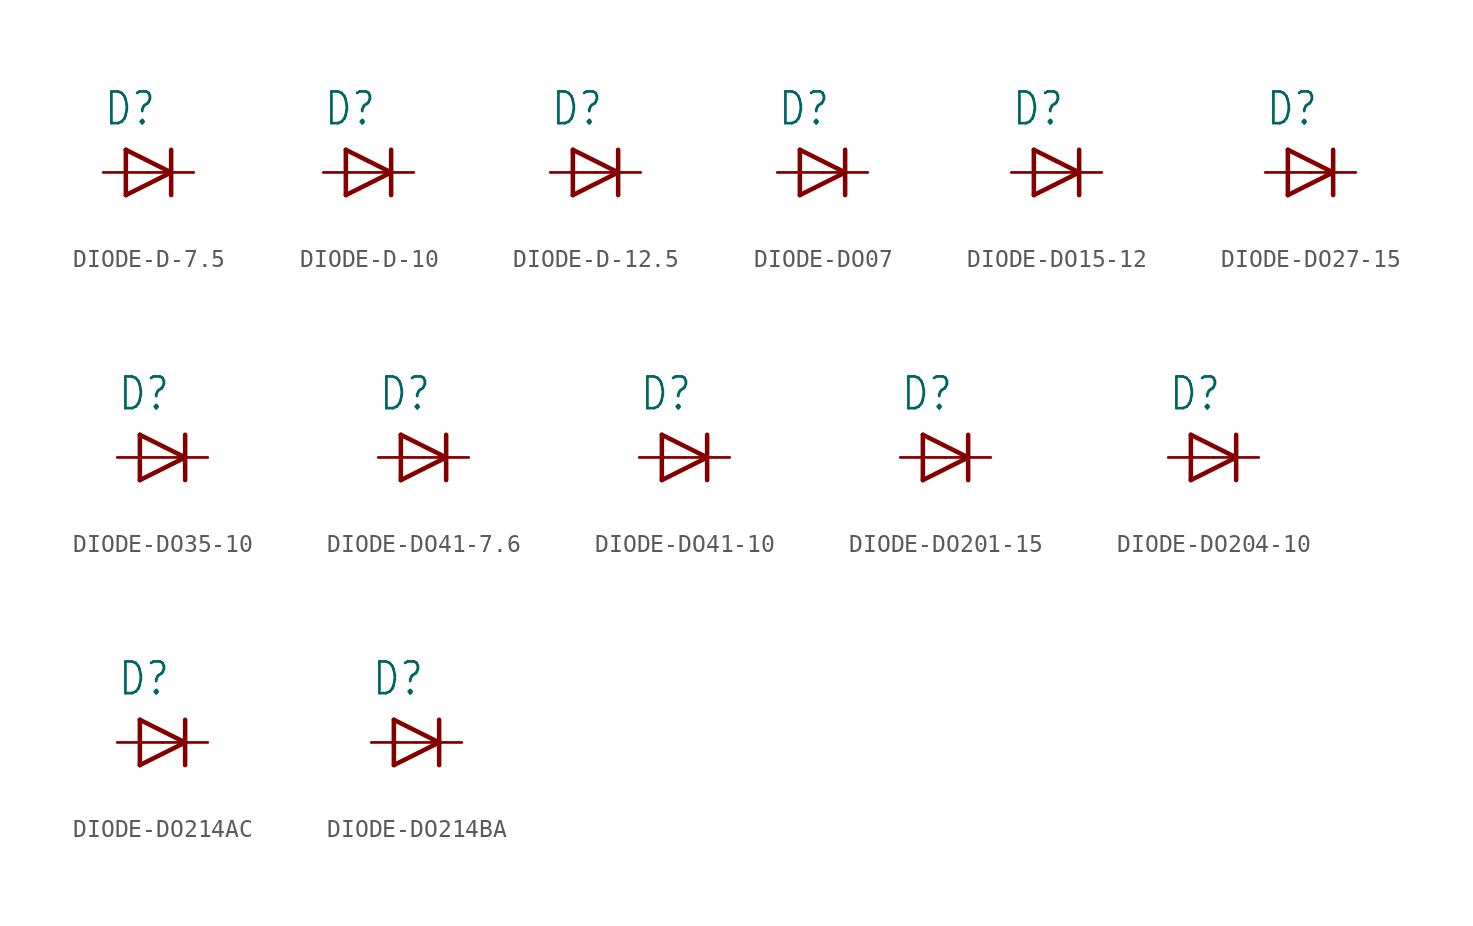
<source format=kicad_sym>
(kicad_symbol_lib
  (version 20220914)
  (generator kicad_symbol_editor)
  (symbol "DIODE-D-7.5"
    (property "Reference" "D"
      (at -2.54 2.54 0)
      (effects (font (size 1.778 1.511)) (justify left bottom)))
    (property "Value" ""
      (at -2.54 -2.54 0)
      (effects (font (size 1.778 1.511)) (justify left top)))
    (property "ki_locked" ""
      (at 0 0 0)
      (effects (font (size 1.27 1.27))))
    (symbol "DIODE-D-7.5_1_0"
      (polyline (pts (xy -1.27 -1.27) (xy 1.27 0)) (stroke (width 0.254) (type solid)) (fill (type none)))
      (polyline (pts (xy -1.27 1.27) (xy -1.27 -1.27)) (stroke (width 0.254) (type solid)) (fill (type none)))
      (polyline (pts (xy 1.27 0) (xy -1.27 1.27)) (stroke (width 0.254) (type solid)) (fill (type none)))
      (polyline (pts (xy 1.27 0) (xy 1.27 -1.27)) (stroke (width 0.254) (type solid)) (fill (type none)))
      (polyline (pts (xy 1.27 1.27) (xy 1.27 0)) (stroke (width 0.254) (type solid)) (fill (type none)))
      (pin passive line (at -2.54 0 0) (length 2.54) (name "A" (effects (font (size 0 0)))) (number "A" (effects (font (size 0 0)))))
      (pin passive line (at 2.54 0 180) (length 2.54) (name "C" (effects (font (size 0 0)))) (number "C" (effects (font (size 0 0)))))))
  (symbol "DIODE-D-10"
    (property "Reference" "D"
      (at -2.54 2.54 0)
      (effects (font (size 1.778 1.511)) (justify left bottom)))
    (property "Value" ""
      (at -2.54 -2.54 0)
      (effects (font (size 1.778 1.511)) (justify left top)))
    (property "ki_locked" ""
      (at 0 0 0)
      (effects (font (size 1.27 1.27))))
    (symbol "DIODE-D-10_1_0"
      (polyline (pts (xy -1.27 -1.27) (xy 1.27 0)) (stroke (width 0.254) (type solid)) (fill (type none)))
      (polyline (pts (xy -1.27 1.27) (xy -1.27 -1.27)) (stroke (width 0.254) (type solid)) (fill (type none)))
      (polyline (pts (xy 1.27 0) (xy -1.27 1.27)) (stroke (width 0.254) (type solid)) (fill (type none)))
      (polyline (pts (xy 1.27 0) (xy 1.27 -1.27)) (stroke (width 0.254) (type solid)) (fill (type none)))
      (polyline (pts (xy 1.27 1.27) (xy 1.27 0)) (stroke (width 0.254) (type solid)) (fill (type none)))
      (pin passive line (at -2.54 0 0) (length 2.54) (name "A" (effects (font (size 0 0)))) (number "A" (effects (font (size 0 0)))))
      (pin passive line (at 2.54 0 180) (length 2.54) (name "C" (effects (font (size 0 0)))) (number "C" (effects (font (size 0 0)))))))
  (symbol "DIODE-D-12.5"
    (property "Reference" "D"
      (at -2.54 2.54 0)
      (effects (font (size 1.778 1.511)) (justify left bottom)))
    (property "Value" ""
      (at -2.54 -2.54 0)
      (effects (font (size 1.778 1.511)) (justify left top)))
    (property "ki_locked" ""
      (at 0 0 0)
      (effects (font (size 1.27 1.27))))
    (symbol "DIODE-D-12.5_1_0"
      (polyline (pts (xy -1.27 -1.27) (xy 1.27 0)) (stroke (width 0.254) (type solid)) (fill (type none)))
      (polyline (pts (xy -1.27 1.27) (xy -1.27 -1.27)) (stroke (width 0.254) (type solid)) (fill (type none)))
      (polyline (pts (xy 1.27 0) (xy -1.27 1.27)) (stroke (width 0.254) (type solid)) (fill (type none)))
      (polyline (pts (xy 1.27 0) (xy 1.27 -1.27)) (stroke (width 0.254) (type solid)) (fill (type none)))
      (polyline (pts (xy 1.27 1.27) (xy 1.27 0)) (stroke (width 0.254) (type solid)) (fill (type none)))
      (pin passive line (at -2.54 0 0) (length 2.54) (name "A" (effects (font (size 0 0)))) (number "A" (effects (font (size 0 0)))))
      (pin passive line (at 2.54 0 180) (length 2.54) (name "C" (effects (font (size 0 0)))) (number "C" (effects (font (size 0 0)))))))
  (symbol "DIODE-DO07"
    (property "Reference" "D"
      (at -2.54 2.54 0)
      (effects (font (size 1.778 1.511)) (justify left bottom)))
    (property "Value" ""
      (at -2.54 -2.54 0)
      (effects (font (size 1.778 1.511)) (justify left top)))
    (property "ki_locked" ""
      (at 0 0 0)
      (effects (font (size 1.27 1.27))))
    (symbol "DIODE-DO07_1_0"
      (polyline (pts (xy -1.27 -1.27) (xy 1.27 0)) (stroke (width 0.254) (type solid)) (fill (type none)))
      (polyline (pts (xy -1.27 1.27) (xy -1.27 -1.27)) (stroke (width 0.254) (type solid)) (fill (type none)))
      (polyline (pts (xy 1.27 0) (xy -1.27 1.27)) (stroke (width 0.254) (type solid)) (fill (type none)))
      (polyline (pts (xy 1.27 0) (xy 1.27 -1.27)) (stroke (width 0.254) (type solid)) (fill (type none)))
      (polyline (pts (xy 1.27 1.27) (xy 1.27 0)) (stroke (width 0.254) (type solid)) (fill (type none)))
      (pin passive line (at -2.54 0 0) (length 2.54) (name "A" (effects (font (size 0 0)))) (number "A" (effects (font (size 0 0)))))
      (pin passive line (at 2.54 0 180) (length 2.54) (name "C" (effects (font (size 0 0)))) (number "C" (effects (font (size 0 0)))))))
  (symbol "DIODE-DO15-12"
    (property "Reference" "D"
      (at -2.54 2.54 0)
      (effects (font (size 1.778 1.511)) (justify left bottom)))
    (property "Value" ""
      (at -2.54 -2.54 0)
      (effects (font (size 1.778 1.511)) (justify left top)))
    (property "ki_locked" ""
      (at 0 0 0)
      (effects (font (size 1.27 1.27))))
    (symbol "DIODE-DO15-12_1_0"
      (polyline (pts (xy -1.27 -1.27) (xy 1.27 0)) (stroke (width 0.254) (type solid)) (fill (type none)))
      (polyline (pts (xy -1.27 1.27) (xy -1.27 -1.27)) (stroke (width 0.254) (type solid)) (fill (type none)))
      (polyline (pts (xy 1.27 0) (xy -1.27 1.27)) (stroke (width 0.254) (type solid)) (fill (type none)))
      (polyline (pts (xy 1.27 0) (xy 1.27 -1.27)) (stroke (width 0.254) (type solid)) (fill (type none)))
      (polyline (pts (xy 1.27 1.27) (xy 1.27 0)) (stroke (width 0.254) (type solid)) (fill (type none)))
      (pin passive line (at -2.54 0 0) (length 2.54) (name "A" (effects (font (size 0 0)))) (number "A" (effects (font (size 0 0)))))
      (pin passive line (at 2.54 0 180) (length 2.54) (name "C" (effects (font (size 0 0)))) (number "C" (effects (font (size 0 0)))))))
  (symbol "DIODE-DO27-15"
    (property "Reference" "D"
      (at -2.54 2.54 0)
      (effects (font (size 1.778 1.511)) (justify left bottom)))
    (property "Value" ""
      (at -2.54 -2.54 0)
      (effects (font (size 1.778 1.511)) (justify left top)))
    (property "ki_locked" ""
      (at 0 0 0)
      (effects (font (size 1.27 1.27))))
    (symbol "DIODE-DO27-15_1_0"
      (polyline (pts (xy -1.27 -1.27) (xy 1.27 0)) (stroke (width 0.254) (type solid)) (fill (type none)))
      (polyline (pts (xy -1.27 1.27) (xy -1.27 -1.27)) (stroke (width 0.254) (type solid)) (fill (type none)))
      (polyline (pts (xy 1.27 0) (xy -1.27 1.27)) (stroke (width 0.254) (type solid)) (fill (type none)))
      (polyline (pts (xy 1.27 0) (xy 1.27 -1.27)) (stroke (width 0.254) (type solid)) (fill (type none)))
      (polyline (pts (xy 1.27 1.27) (xy 1.27 0)) (stroke (width 0.254) (type solid)) (fill (type none)))
      (pin passive line (at -2.54 0 0) (length 2.54) (name "A" (effects (font (size 0 0)))) (number "A" (effects (font (size 0 0)))))
      (pin passive line (at 2.54 0 180) (length 2.54) (name "C" (effects (font (size 0 0)))) (number "C" (effects (font (size 0 0)))))))
  (symbol "DIODE-DO35-10"
    (property "Reference" "D"
      (at -2.54 2.54 0)
      (effects (font (size 1.778 1.511)) (justify left bottom)))
    (property "Value" ""
      (at -2.54 -2.54 0)
      (effects (font (size 1.778 1.511)) (justify left top)))
    (property "ki_locked" ""
      (at 0 0 0)
      (effects (font (size 1.27 1.27))))
    (symbol "DIODE-DO35-10_1_0"
      (polyline (pts (xy -1.27 -1.27) (xy 1.27 0)) (stroke (width 0.254) (type solid)) (fill (type none)))
      (polyline (pts (xy -1.27 1.27) (xy -1.27 -1.27)) (stroke (width 0.254) (type solid)) (fill (type none)))
      (polyline (pts (xy 1.27 0) (xy -1.27 1.27)) (stroke (width 0.254) (type solid)) (fill (type none)))
      (polyline (pts (xy 1.27 0) (xy 1.27 -1.27)) (stroke (width 0.254) (type solid)) (fill (type none)))
      (polyline (pts (xy 1.27 1.27) (xy 1.27 0)) (stroke (width 0.254) (type solid)) (fill (type none)))
      (pin passive line (at -2.54 0 0) (length 2.54) (name "A" (effects (font (size 0 0)))) (number "A" (effects (font (size 0 0)))))
      (pin passive line (at 2.54 0 180) (length 2.54) (name "C" (effects (font (size 0 0)))) (number "C" (effects (font (size 0 0)))))))
  (symbol "DIODE-DO41-7.6"
    (property "Reference" "D"
      (at -2.54 2.54 0)
      (effects (font (size 1.778 1.511)) (justify left bottom)))
    (property "Value" ""
      (at -2.54 -2.54 0)
      (effects (font (size 1.778 1.511)) (justify left top)))
    (property "ki_locked" ""
      (at 0 0 0)
      (effects (font (size 1.27 1.27))))
    (symbol "DIODE-DO41-7.6_1_0"
      (polyline (pts (xy -1.27 -1.27) (xy 1.27 0)) (stroke (width 0.254) (type solid)) (fill (type none)))
      (polyline (pts (xy -1.27 1.27) (xy -1.27 -1.27)) (stroke (width 0.254) (type solid)) (fill (type none)))
      (polyline (pts (xy 1.27 0) (xy -1.27 1.27)) (stroke (width 0.254) (type solid)) (fill (type none)))
      (polyline (pts (xy 1.27 0) (xy 1.27 -1.27)) (stroke (width 0.254) (type solid)) (fill (type none)))
      (polyline (pts (xy 1.27 1.27) (xy 1.27 0)) (stroke (width 0.254) (type solid)) (fill (type none)))
      (pin passive line (at -2.54 0 0) (length 2.54) (name "A" (effects (font (size 0 0)))) (number "A" (effects (font (size 0 0)))))
      (pin passive line (at 2.54 0 180) (length 2.54) (name "C" (effects (font (size 0 0)))) (number "C" (effects (font (size 0 0)))))))
  (symbol "DIODE-DO41-10"
    (property "Reference" "D"
      (at -2.54 2.54 0)
      (effects (font (size 1.778 1.511)) (justify left bottom)))
    (property "Value" ""
      (at -2.54 -2.54 0)
      (effects (font (size 1.778 1.511)) (justify left top)))
    (property "ki_locked" ""
      (at 0 0 0)
      (effects (font (size 1.27 1.27))))
    (symbol "DIODE-DO41-10_1_0"
      (polyline (pts (xy -1.27 -1.27) (xy 1.27 0)) (stroke (width 0.254) (type solid)) (fill (type none)))
      (polyline (pts (xy -1.27 1.27) (xy -1.27 -1.27)) (stroke (width 0.254) (type solid)) (fill (type none)))
      (polyline (pts (xy 1.27 0) (xy -1.27 1.27)) (stroke (width 0.254) (type solid)) (fill (type none)))
      (polyline (pts (xy 1.27 0) (xy 1.27 -1.27)) (stroke (width 0.254) (type solid)) (fill (type none)))
      (polyline (pts (xy 1.27 1.27) (xy 1.27 0)) (stroke (width 0.254) (type solid)) (fill (type none)))
      (pin passive line (at -2.54 0 0) (length 2.54) (name "A" (effects (font (size 0 0)))) (number "A" (effects (font (size 0 0)))))
      (pin passive line (at 2.54 0 180) (length 2.54) (name "C" (effects (font (size 0 0)))) (number "C" (effects (font (size 0 0)))))))
  (symbol "DIODE-DO201-15"
    (property "Reference" "D"
      (at -2.54 2.54 0)
      (effects (font (size 1.778 1.511)) (justify left bottom)))
    (property "Value" ""
      (at -2.54 -2.54 0)
      (effects (font (size 1.778 1.511)) (justify left top)))
    (property "ki_locked" ""
      (at 0 0 0)
      (effects (font (size 1.27 1.27))))
    (symbol "DIODE-DO201-15_1_0"
      (polyline (pts (xy -1.27 -1.27) (xy 1.27 0)) (stroke (width 0.254) (type solid)) (fill (type none)))
      (polyline (pts (xy -1.27 1.27) (xy -1.27 -1.27)) (stroke (width 0.254) (type solid)) (fill (type none)))
      (polyline (pts (xy 1.27 0) (xy -1.27 1.27)) (stroke (width 0.254) (type solid)) (fill (type none)))
      (polyline (pts (xy 1.27 0) (xy 1.27 -1.27)) (stroke (width 0.254) (type solid)) (fill (type none)))
      (polyline (pts (xy 1.27 1.27) (xy 1.27 0)) (stroke (width 0.254) (type solid)) (fill (type none)))
      (pin passive line (at -2.54 0 0) (length 2.54) (name "A" (effects (font (size 0 0)))) (number "A" (effects (font (size 0 0)))))
      (pin passive line (at 2.54 0 180) (length 2.54) (name "C" (effects (font (size 0 0)))) (number "C" (effects (font (size 0 0)))))))
  (symbol "DIODE-DO204-10"
    (property "Reference" "D"
      (at -2.54 2.54 0)
      (effects (font (size 1.778 1.511)) (justify left bottom)))
    (property "Value" ""
      (at -2.54 -2.54 0)
      (effects (font (size 1.778 1.511)) (justify left top)))
    (property "ki_locked" ""
      (at 0 0 0)
      (effects (font (size 1.27 1.27))))
    (symbol "DIODE-DO204-10_1_0"
      (polyline (pts (xy -1.27 -1.27) (xy 1.27 0)) (stroke (width 0.254) (type solid)) (fill (type none)))
      (polyline (pts (xy -1.27 1.27) (xy -1.27 -1.27)) (stroke (width 0.254) (type solid)) (fill (type none)))
      (polyline (pts (xy 1.27 0) (xy -1.27 1.27)) (stroke (width 0.254) (type solid)) (fill (type none)))
      (polyline (pts (xy 1.27 0) (xy 1.27 -1.27)) (stroke (width 0.254) (type solid)) (fill (type none)))
      (polyline (pts (xy 1.27 1.27) (xy 1.27 0)) (stroke (width 0.254) (type solid)) (fill (type none)))
      (pin passive line (at -2.54 0 0) (length 2.54) (name "A" (effects (font (size 0 0)))) (number "A" (effects (font (size 0 0)))))
      (pin passive line (at 2.54 0 180) (length 2.54) (name "C" (effects (font (size 0 0)))) (number "C" (effects (font (size 0 0)))))))
  (symbol "DIODE-DO214AC"
    (property "Reference" "D"
      (at -2.54 2.54 0)
      (effects (font (size 1.778 1.511)) (justify left bottom)))
    (property "Value" ""
      (at -2.54 -2.54 0)
      (effects (font (size 1.778 1.511)) (justify left top)))
    (property "ki_locked" ""
      (at 0 0 0)
      (effects (font (size 1.27 1.27))))
    (symbol "DIODE-DO214AC_1_0"
      (polyline (pts (xy -1.27 -1.27) (xy 1.27 0)) (stroke (width 0.254) (type solid)) (fill (type none)))
      (polyline (pts (xy -1.27 1.27) (xy -1.27 -1.27)) (stroke (width 0.254) (type solid)) (fill (type none)))
      (polyline (pts (xy 1.27 0) (xy -1.27 1.27)) (stroke (width 0.254) (type solid)) (fill (type none)))
      (polyline (pts (xy 1.27 0) (xy 1.27 -1.27)) (stroke (width 0.254) (type solid)) (fill (type none)))
      (polyline (pts (xy 1.27 1.27) (xy 1.27 0)) (stroke (width 0.254) (type solid)) (fill (type none)))
      (pin passive line (at -2.54 0 0) (length 2.54) (name "A" (effects (font (size 0 0)))) (number "A" (effects (font (size 0 0)))))
      (pin passive line (at 2.54 0 180) (length 2.54) (name "C" (effects (font (size 0 0)))) (number "C" (effects (font (size 0 0)))))))
  (symbol "DIODE-DO214BA"
    (property "Reference" "D"
      (at -2.54 2.54 0)
      (effects (font (size 1.778 1.511)) (justify left bottom)))
    (property "Value" ""
      (at -2.54 -2.54 0)
      (effects (font (size 1.778 1.511)) (justify left top)))
    (property "ki_locked" ""
      (at 0 0 0)
      (effects (font (size 1.27 1.27))))
    (symbol "DIODE-DO214BA_1_0"
      (polyline (pts (xy -1.27 -1.27) (xy 1.27 0)) (stroke (width 0.254) (type solid)) (fill (type none)))
      (polyline (pts (xy -1.27 1.27) (xy -1.27 -1.27)) (stroke (width 0.254) (type solid)) (fill (type none)))
      (polyline (pts (xy 1.27 0) (xy -1.27 1.27)) (stroke (width 0.254) (type solid)) (fill (type none)))
      (polyline (pts (xy 1.27 0) (xy 1.27 -1.27)) (stroke (width 0.254) (type solid)) (fill (type none)))
      (polyline (pts (xy 1.27 1.27) (xy 1.27 0)) (stroke (width 0.254) (type solid)) (fill (type none)))
      (pin passive line (at -2.54 0 0) (length 2.54) (name "A" (effects (font (size 0 0)))) (number "A" (effects (font (size 0 0)))))
      (pin passive line (at 2.54 0 180) (length 2.54) (name "C" (effects (font (size 0 0)))) (number "C" (effects (font (size 0 0))))))))
</source>
